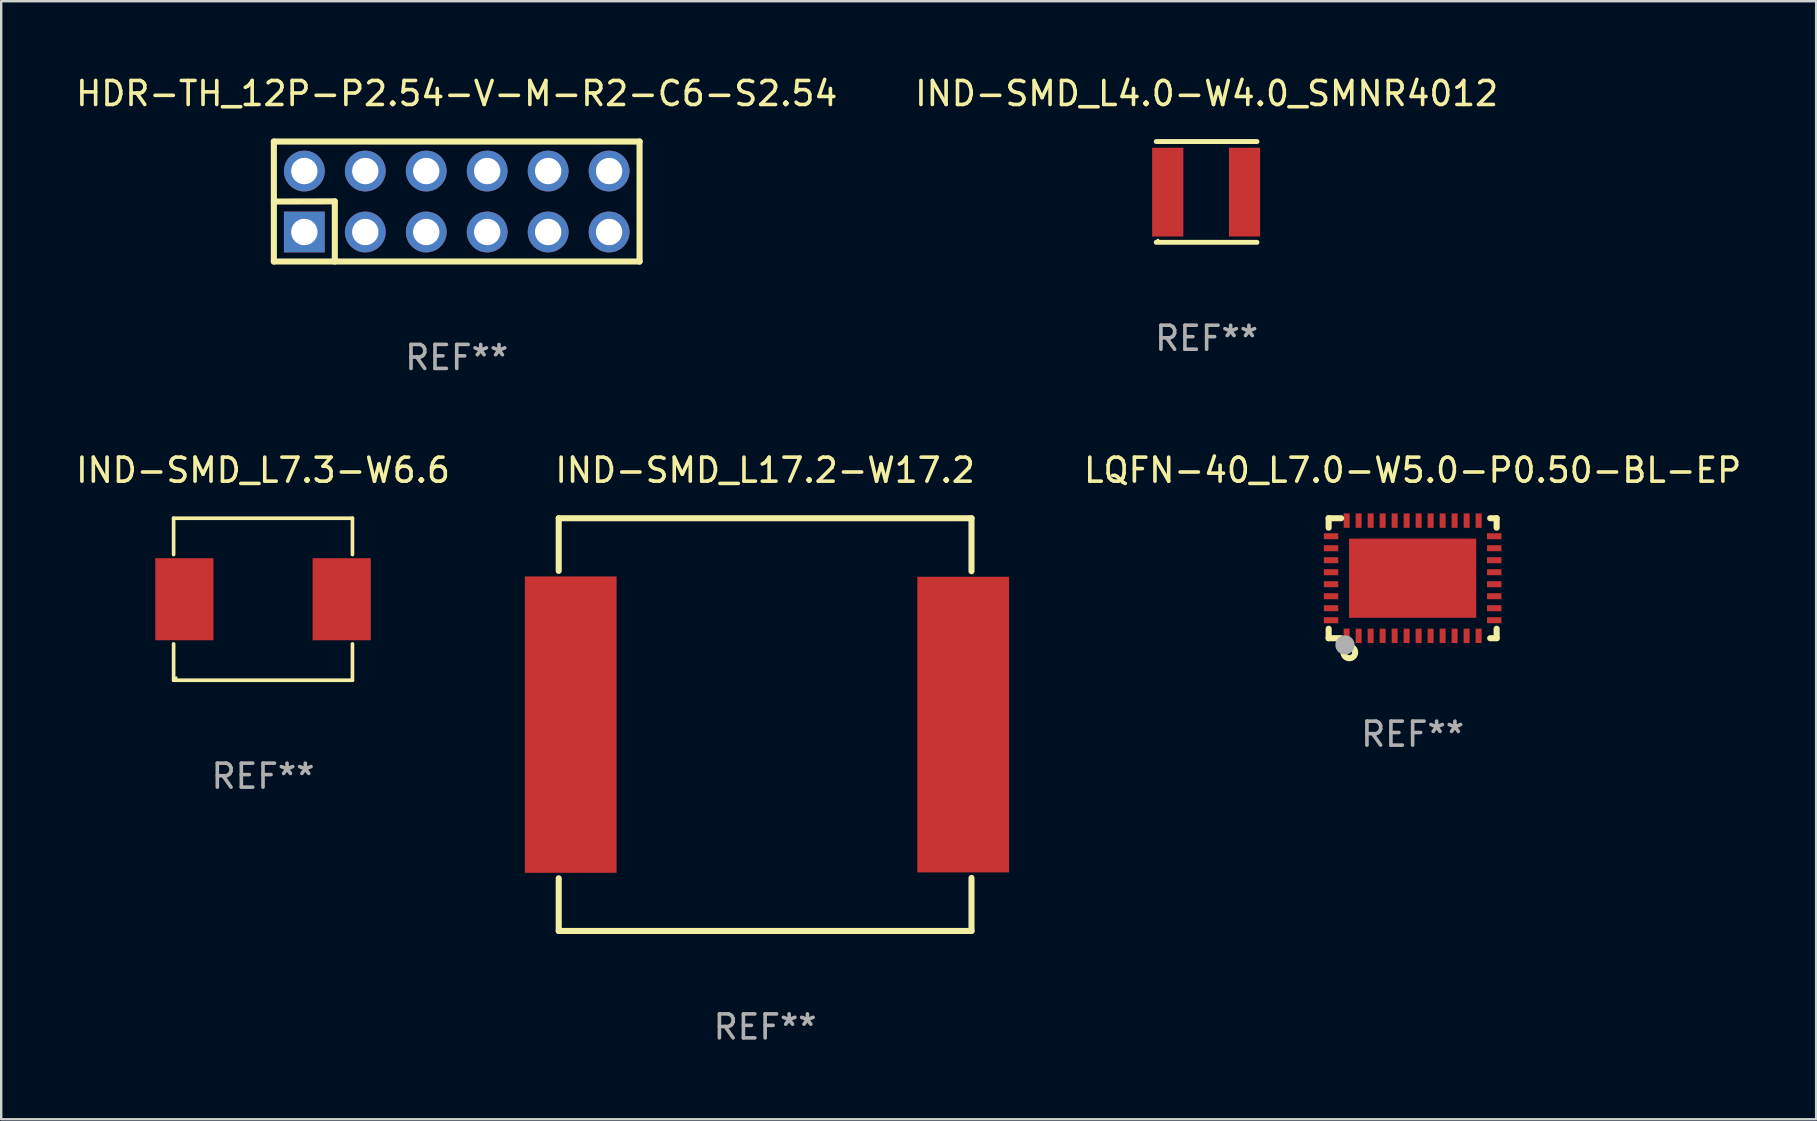
<source format=kicad_pcb>
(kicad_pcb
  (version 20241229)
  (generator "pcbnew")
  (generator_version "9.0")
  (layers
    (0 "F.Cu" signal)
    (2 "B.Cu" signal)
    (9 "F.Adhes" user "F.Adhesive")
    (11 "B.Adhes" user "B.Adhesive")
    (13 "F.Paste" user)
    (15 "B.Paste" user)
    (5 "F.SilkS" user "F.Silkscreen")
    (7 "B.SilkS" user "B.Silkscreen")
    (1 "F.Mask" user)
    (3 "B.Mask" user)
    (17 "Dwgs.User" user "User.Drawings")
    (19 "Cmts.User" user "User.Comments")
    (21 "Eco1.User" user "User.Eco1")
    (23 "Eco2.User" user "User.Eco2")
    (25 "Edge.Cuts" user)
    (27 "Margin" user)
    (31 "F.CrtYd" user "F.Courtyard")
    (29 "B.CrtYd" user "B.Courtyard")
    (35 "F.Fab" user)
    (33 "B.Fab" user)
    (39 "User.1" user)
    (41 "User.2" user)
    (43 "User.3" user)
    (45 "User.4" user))
  (footprint "IND-SMD_L7.3-W6.6"
    (layer "F.Cu")
    (at 7.911 21.921)
    (property "Reference" "IND-SMD_L7.3-W6.6" (at 0 -5.376 0) (layer "F.SilkS") (effects (font (size 1 1) (thickness 0.15))))
    (attr smd)
    (fp_line (start -3.726 -3.376) (end 3.726 -3.376) (stroke (width 0.152) (type solid)) (layer "F.SilkS"))
    (fp_line (start -3.726 -1.862) (end -3.726 -3.376) (stroke (width 0.152) (type solid)) (layer "F.SilkS"))
    (fp_line (start -3.726 1.862) (end -3.726 3.376) (stroke (width 0.152) (type solid)) (layer "F.SilkS"))
    (fp_line (start -3.726 3.376) (end 3.726 3.376) (stroke (width 0.152) (type solid)) (layer "F.SilkS"))
    (fp_line (start 3.726 -3.376) (end 3.726 -1.862) (stroke (width 0.152) (type solid)) (layer "F.SilkS"))
    (fp_line (start 3.726 3.376) (end 3.726 1.862) (stroke (width 0.152) (type solid)) (layer "F.SilkS"))
    (fp_circle (center -3.62 3.27) (end -3.59 3.27) (stroke (width 0.06) (type solid)) (fill no) (layer "F.SilkS"))
    (fp_text user "REF**" (at 0 7.376 0) (layer "F.Fab") (effects (font (size 1 1) (thickness 0.15))))
    (pad "1" smd rect (at 3.278 0) (size 2.424 3.42) (layers "F.Cu" "F.Mask" "F.Paste"))
    (pad "2" smd rect (at -3.278 0) (size 2.424 3.42) (layers "F.Cu" "F.Mask" "F.Paste")))
  (footprint "HDR-TH_12P-P2.54-V-M-R2-C6-S2.54"
    (layer "F.Cu")
    (at 15.982 5.348)
    (property "Reference" "HDR-TH_12P-P2.54-V-M-R2-C6-S2.54" (at 0 -4.5 0) (layer "F.SilkS") (effects (font (size 1 1) (thickness 0.15))))
    (attr through_hole)
    (fp_line (start -7.62 -2.5) (end -7.62 2.5) (stroke (width 0.254) (type solid)) (layer "F.SilkS"))
    (fp_line (start -7.62 2.5) (end 7.62 2.5) (stroke (width 0.254) (type solid)) (layer "F.SilkS"))
    (fp_line (start -7.62 0.000025) (end -5.08 -0.007) (stroke (width 0.254) (type solid)) (layer "F.SilkS"))
    (fp_line (start -5.08 -0.007) (end -5.08 2.5) (stroke (width 0.254) (type solid)) (layer "F.SilkS"))
    (fp_line (start 7.62 -2.5) (end -7.62 -2.5) (stroke (width 0.254) (type solid)) (layer "F.SilkS"))
    (fp_line (start 7.62 2.5) (end 7.62 -2.5) (stroke (width 0.254) (type solid)) (layer "F.SilkS"))
    (fp_circle (center -7.62 2.5) (end -7.59 2.5) (stroke (width 0.06) (type solid)) (fill no) (layer "F.SilkS"))
    (fp_text user "REF**" (at 0 6.5 0) (layer "F.Fab") (effects (font (size 1 1) (thickness 0.15))))
    (pad "1" thru_hole rect (at -6.35 1.27) (size 1.7 1.7) (drill 1.1) (layers "*.Cu" "*.Mask"))
    (pad "2" thru_hole circle (at -6.35 -1.27) (size 1.7 1.7) (drill 1.1) (layers "*.Cu" "*.Mask"))
    (pad "3" thru_hole circle (at -3.81 1.27) (size 1.7 1.7) (drill 1.1) (layers "*.Cu" "*.Mask"))
    (pad "4" thru_hole circle (at -3.81 -1.27) (size 1.7 1.7) (drill 1.1) (layers "*.Cu" "*.Mask"))
    (pad "5" thru_hole circle (at -1.27 1.27) (size 1.7 1.7) (drill 1.1) (layers "*.Cu" "*.Mask"))
    (pad "6" thru_hole circle (at -1.27 -1.27) (size 1.7 1.7) (drill 1.1) (layers "*.Cu" "*.Mask"))
    (pad "7" thru_hole circle (at 1.27 1.27) (size 1.7 1.7) (drill 1.1) (layers "*.Cu" "*.Mask"))
    (pad "8" thru_hole circle (at 1.27 -1.27) (size 1.7 1.7) (drill 1.1) (layers "*.Cu" "*.Mask"))
    (pad "9" thru_hole circle (at 3.81 1.27) (size 1.7 1.7) (drill 1.1) (layers "*.Cu" "*.Mask"))
    (pad "10" thru_hole circle (at 3.81 -1.27) (size 1.7 1.7) (drill 1.1) (layers "*.Cu" "*.Mask"))
    (pad "11" thru_hole circle (at 6.35 1.27) (size 1.7 1.7) (drill 1.1) (layers "*.Cu" "*.Mask"))
    (pad "12" thru_hole circle (at 6.35 -1.27) (size 1.7 1.7) (drill 1.1) (layers "*.Cu" "*.Mask")))
  (footprint "LQFN-40_L7.0-W5.0-P0.50-BL-EP"
    (layer "F.Cu")
    (at 55.817 21.045)
    (property "Reference" "LQFN-40_L7.0-W5.0-P0.50-BL-EP" (at -0.000025 -4.5 0) (layer "F.SilkS") (effects (font (size 1 1) (thickness 0.15))))
    (attr smd)
    (fp_line (start -3.5 -2.5) (end -3.5 -2.106) (stroke (width 0.254) (type solid)) (layer "F.SilkS"))
    (fp_line (start -3.5 2.106) (end -3.5 2.5) (stroke (width 0.254) (type solid)) (layer "F.SilkS"))
    (fp_line (start -3.5 2.5) (end -2.981 2.5) (stroke (width 0.254) (type solid)) (layer "F.SilkS"))
    (fp_line (start -2.981 -2.5) (end -3.5 -2.5) (stroke (width 0.254) (type solid)) (layer "F.SilkS"))
    (fp_line (start 3.231 2.5) (end 3.5 2.5) (stroke (width 0.254) (type solid)) (layer "F.SilkS"))
    (fp_line (start 3.5 -2.5) (end 3.231 -2.5) (stroke (width 0.254) (type solid)) (layer "F.SilkS"))
    (fp_line (start 3.5 -2.106) (end 3.5 -2.5) (stroke (width 0.254) (type solid)) (layer "F.SilkS"))
    (fp_line (start 3.5 2.5) (end 3.5 2.106) (stroke (width 0.254) (type solid)) (layer "F.SilkS"))
    (fp_circle (center -3.5 2.5) (end -3.44 2.5) (stroke (width 0.12) (type solid)) (fill no) (layer "F.SilkS"))
    (fp_circle (center -2.64 3.09) (end -2.523 3.09) (stroke (width 0.254) (type solid)) (fill no) (layer "F.SilkS"))
    (fp_circle (center -2.82 2.78) (end -2.62 2.78) (stroke (width 0.4) (type solid)) (fill no) (layer "F.Fab"))
    (fp_text user "REF**" (at -0.000025 6.5 0) (layer "F.Fab") (effects (font (size 1 1) (thickness 0.15))))
    (pad "1" smd rect (at -2.75 2.4 90) (size 0.6 0.25) (layers "F.Cu" "F.Mask" "F.Paste"))
    (pad "2" smd rect (at -2.25 2.4 90) (size 0.6 0.25) (layers "F.Cu" "F.Mask" "F.Paste"))
    (pad "3" smd rect (at -1.75 2.4 90) (size 0.6 0.25) (layers "F.Cu" "F.Mask" "F.Paste"))
    (pad "4" smd rect (at -1.25 2.4 90) (size 0.6 0.25) (layers "F.Cu" "F.Mask" "F.Paste"))
    (pad "5" smd rect (at -0.75 2.4 90) (size 0.6 0.25) (layers "F.Cu" "F.Mask" "F.Paste"))
    (pad "6" smd rect (at -0.25 2.4 90) (size 0.6 0.25) (layers "F.Cu" "F.Mask" "F.Paste"))
    (pad "7" smd rect (at 0.25 2.4 90) (size 0.6 0.25) (layers "F.Cu" "F.Mask" "F.Paste"))
    (pad "8" smd rect (at 0.75 2.4 90) (size 0.6 0.25) (layers "F.Cu" "F.Mask" "F.Paste"))
    (pad "9" smd rect (at 1.25 2.4 90) (size 0.6 0.25) (layers "F.Cu" "F.Mask" "F.Paste"))
    (pad "10" smd rect (at 1.75 2.4 90) (size 0.6 0.25) (layers "F.Cu" "F.Mask" "F.Paste"))
    (pad "11" smd rect (at 2.25 2.4 90) (size 0.6 0.25) (layers "F.Cu" "F.Mask" "F.Paste"))
    (pad "12" smd rect (at 2.75 2.4 90) (size 0.6 0.25) (layers "F.Cu" "F.Mask" "F.Paste"))
    (pad "13" smd rect (at 3.4 1.75 180) (size 0.6 0.25) (layers "F.Cu" "F.Mask" "F.Paste"))
    (pad "14" smd rect (at 3.4 1.25 180) (size 0.6 0.25) (layers "F.Cu" "F.Mask" "F.Paste"))
    (pad "15" smd rect (at 3.4 0.75 180) (size 0.6 0.25) (layers "F.Cu" "F.Mask" "F.Paste"))
    (pad "16" smd rect (at 3.4 0.25 180) (size 0.6 0.25) (layers "F.Cu" "F.Mask" "F.Paste"))
    (pad "17" smd rect (at 3.4 -0.25 180) (size 0.6 0.25) (layers "F.Cu" "F.Mask" "F.Paste"))
    (pad "18" smd rect (at 3.4 -0.75 180) (size 0.6 0.25) (layers "F.Cu" "F.Mask" "F.Paste"))
    (pad "19" smd rect (at 3.4 -1.25 180) (size 0.6 0.25) (layers "F.Cu" "F.Mask" "F.Paste"))
    (pad "20" smd rect (at 3.4 -1.75 180) (size 0.6 0.25) (layers "F.Cu" "F.Mask" "F.Paste"))
    (pad "21" smd rect (at 2.75 -2.4 270) (size 0.6 0.25) (layers "F.Cu" "F.Mask" "F.Paste"))
    (pad "22" smd rect (at 2.25 -2.4 270) (size 0.6 0.25) (layers "F.Cu" "F.Mask" "F.Paste"))
    (pad "23" smd rect (at 1.75 -2.4 270) (size 0.6 0.25) (layers "F.Cu" "F.Mask" "F.Paste"))
    (pad "24" smd rect (at 1.25 -2.4 270) (size 0.6 0.25) (layers "F.Cu" "F.Mask" "F.Paste"))
    (pad "25" smd rect (at 0.75 -2.4 270) (size 0.6 0.25) (layers "F.Cu" "F.Mask" "F.Paste"))
    (pad "26" smd rect (at 0.25 -2.4 270) (size 0.6 0.25) (layers "F.Cu" "F.Mask" "F.Paste"))
    (pad "27" smd rect (at -0.25 -2.4 270) (size 0.6 0.25) (layers "F.Cu" "F.Mask" "F.Paste"))
    (pad "28" smd rect (at -0.75 -2.4 270) (size 0.6 0.25) (layers "F.Cu" "F.Mask" "F.Paste"))
    (pad "29" smd rect (at -1.25 -2.4 270) (size 0.6 0.25) (layers "F.Cu" "F.Mask" "F.Paste"))
    (pad "30" smd rect (at -1.75 -2.4 270) (size 0.6 0.25) (layers "F.Cu" "F.Mask" "F.Paste"))
    (pad "31" smd rect (at -2.25 -2.4 270) (size 0.6 0.25) (layers "F.Cu" "F.Mask" "F.Paste"))
    (pad "32" smd rect (at -2.75 -2.4 270) (size 0.6 0.25) (layers "F.Cu" "F.Mask" "F.Paste"))
    (pad "33" smd rect (at -3.4 -1.75) (size 0.6 0.25) (layers "F.Cu" "F.Mask" "F.Paste"))
    (pad "34" smd rect (at -3.4 -1.25) (size 0.6 0.25) (layers "F.Cu" "F.Mask" "F.Paste"))
    (pad "35" smd rect (at -3.4 -0.75) (size 0.6 0.25) (layers "F.Cu" "F.Mask" "F.Paste"))
    (pad "36" smd rect (at -3.4 -0.25) (size 0.6 0.25) (layers "F.Cu" "F.Mask" "F.Paste"))
    (pad "37" smd rect (at -3.4 0.25) (size 0.6 0.25) (layers "F.Cu" "F.Mask" "F.Paste"))
    (pad "38" smd rect (at -3.4 0.75) (size 0.6 0.25) (layers "F.Cu" "F.Mask" "F.Paste"))
    (pad "39" smd rect (at -3.4 1.25) (size 0.6 0.25) (layers "F.Cu" "F.Mask" "F.Paste"))
    (pad "40" smd rect (at -3.4 1.75) (size 0.6 0.25) (layers "F.Cu" "F.Mask" "F.Paste"))
    (pad "41" smd rect (at -0.000127 -0.000025 270) (size 3.3 5.3) (layers "F.Cu" "F.Mask" "F.Paste")))
  (footprint "IND-SMD_L17.2-W17.2"
    (layer "F.Cu")
    (at 28.911 27.145)
    (property "Reference" "IND-SMD_L17.2-W17.2" (at -0.077 -10.6 0) (layer "F.SilkS") (effects (font (size 1 1) (thickness 0.15))))
    (attr smd)
    (fp_line (start -8.678 -8.6) (end 8.523 -8.6) (stroke (width 0.254) (type solid)) (layer "F.SilkS"))
    (fp_line (start -8.678 -6.406) (end -8.678 -8.6) (stroke (width 0.254) (type solid)) (layer "F.SilkS"))
    (fp_line (start -8.678 8.6) (end -8.678 6.406) (stroke (width 0.254) (type solid)) (layer "F.SilkS"))
    (fp_line (start -8.678 8.6) (end 8.523 8.6) (stroke (width 0.254) (type solid)) (layer "F.SilkS"))
    (fp_line (start 8.523 -8.6) (end 8.523 -6.391) (stroke (width 0.254) (type solid)) (layer "F.SilkS"))
    (fp_line (start 8.523 6.391) (end 8.523 8.6) (stroke (width 0.254) (type solid)) (layer "F.SilkS"))
    (fp_circle (center -8.652 8.575) (end -8.622 8.575) (stroke (width 0.06) (type solid)) (fill no) (layer "F.SilkS"))
    (fp_text user "REF**" (at -0.077 12.6 0) (layer "F.Fab") (effects (font (size 1 1) (thickness 0.15))))
    (pad "1" smd rect (at -8.178 0) (size 3.825 12.35) (layers "F.Cu" "F.Mask" "F.Paste"))
    (pad "2" smd rect (at 8.178 0) (size 3.825 12.32) (layers "F.Cu" "F.Mask" "F.Paste")))
  (footprint "IND-SMD_L4.0-W4.0_SMNR4012"
    (layer "F.Cu")
    (at 47.211 4.956)
    (property "Reference" "IND-SMD_L4.0-W4.0_SMNR4012" (at 0.021 -4.108 0) (layer "F.SilkS") (effects (font (size 1 1) (thickness 0.15))))
    (attr smd)
    (fp_line (start -2.079 -2.108) (end 2.121 -2.108) (stroke (width 0.203) (type solid)) (layer "F.SilkS"))
    (fp_line (start -2.079 2.092) (end 2.121 2.092) (stroke (width 0.203) (type solid)) (layer "F.SilkS"))
    (fp_circle (center -2.009 2) (end -1.979 2) (stroke (width 0.06) (type solid)) (fill no) (layer "F.SilkS"))
    (fp_text user "REF**" (at 0.021 6.092 0) (layer "F.Fab") (effects (font (size 1 1) (thickness 0.15))))
    (pad "1" smd rect (at -1.6 0 90) (size 3.7 1.3) (layers "F.Cu" "F.Mask" "F.Paste"))
    (pad "2" smd rect (at 1.6 0 90) (size 3.7 1.3) (layers "F.Cu" "F.Mask" "F.Paste")))
  (gr_rect
    (start -3 -3)
    (end 72.632 43.593)
    (stroke (width 0.1) (type default))
    (fill no)
    (layer "Edge.Cuts")))
</source>
